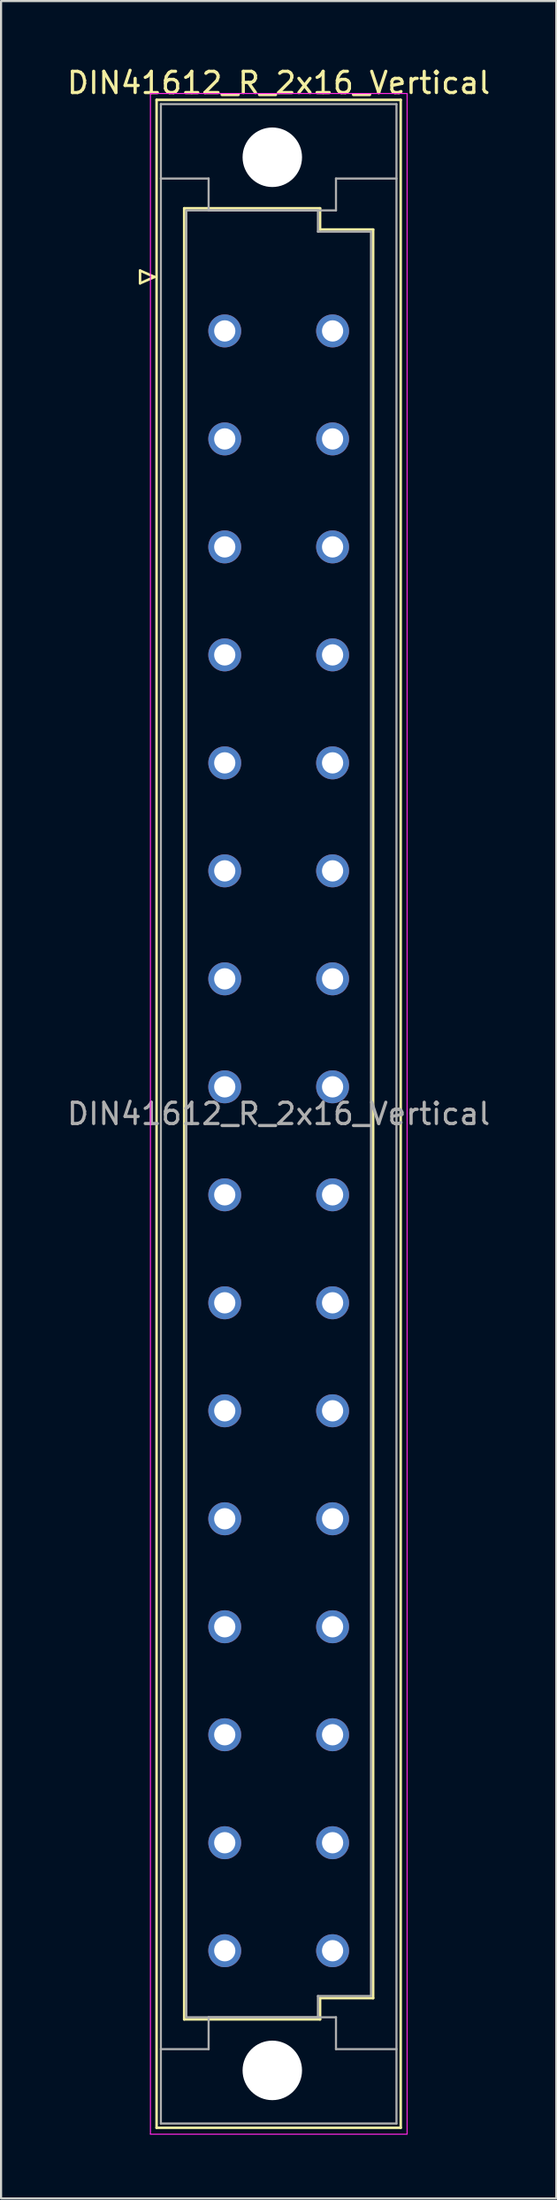
<source format=kicad_pcb>
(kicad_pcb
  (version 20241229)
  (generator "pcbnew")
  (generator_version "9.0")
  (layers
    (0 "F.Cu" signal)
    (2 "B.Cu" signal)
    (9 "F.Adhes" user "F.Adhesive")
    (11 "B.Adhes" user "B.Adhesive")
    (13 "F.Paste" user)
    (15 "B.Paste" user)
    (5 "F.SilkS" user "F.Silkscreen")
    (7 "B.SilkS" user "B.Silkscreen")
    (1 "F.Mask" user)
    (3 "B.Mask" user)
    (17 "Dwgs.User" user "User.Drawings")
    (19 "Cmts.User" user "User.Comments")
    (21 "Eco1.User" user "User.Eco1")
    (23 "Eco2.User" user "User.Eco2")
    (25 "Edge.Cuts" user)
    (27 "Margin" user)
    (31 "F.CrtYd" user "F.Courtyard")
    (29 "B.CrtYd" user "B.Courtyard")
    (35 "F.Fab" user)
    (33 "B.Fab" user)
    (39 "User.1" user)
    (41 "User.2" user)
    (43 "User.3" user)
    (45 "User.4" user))
  (footprint "DIN41612_R_2x16_Vertical"
    (layer "F.Cu")
    (at 7.537 9.978)
    (property "Reference" "DIN41612_R_2x16_Vertical" (at 2.54 -9.13 0) (layer "F.SilkS") (effects (font (size 1 1) (thickness 0.15))))
    (attr through_hole)
    (fp_line (start -3.99 -0.3) (end -3.99 0.3) (stroke (width 0.12) (type solid)) (layer "F.SilkS"))
    (fp_line (start -3.99 0.3) (end -3.31 0) (stroke (width 0.12) (type solid)) (layer "F.SilkS"))
    (fp_line (start -3.31 0) (end -3.99 -0.3) (stroke (width 0.12) (type solid)) (layer "F.SilkS"))
    (fp_line (start -3.21 -8.33) (end 8.29 -8.33) (stroke (width 0.12) (type solid)) (layer "F.SilkS"))
    (fp_line (start -3.21 87.07) (end -3.21 -8.33) (stroke (width 0.12) (type solid)) (layer "F.SilkS"))
    (fp_line (start -1.91 -3.23) (end 4.49 -3.23) (stroke (width 0.12) (type solid)) (layer "F.SilkS"))
    (fp_line (start -1.91 81.97) (end -1.91 -3.23) (stroke (width 0.12) (type solid)) (layer "F.SilkS"))
    (fp_line (start 4.49 -3.23) (end 4.49 -2.23) (stroke (width 0.12) (type solid)) (layer "F.SilkS"))
    (fp_line (start 4.49 -2.23) (end 6.99 -2.23) (stroke (width 0.12) (type solid)) (layer "F.SilkS"))
    (fp_line (start 4.49 80.97) (end 4.49 81.97) (stroke (width 0.12) (type solid)) (layer "F.SilkS"))
    (fp_line (start 4.49 81.97) (end -1.91 81.97) (stroke (width 0.12) (type solid)) (layer "F.SilkS"))
    (fp_line (start 6.99 -2.23) (end 6.99 80.97) (stroke (width 0.12) (type solid)) (layer "F.SilkS"))
    (fp_line (start 6.99 80.97) (end 4.49 80.97) (stroke (width 0.12) (type solid)) (layer "F.SilkS"))
    (fp_line (start 8.29 -8.33) (end 8.29 87.07) (stroke (width 0.12) (type solid)) (layer "F.SilkS"))
    (fp_line (start 8.29 87.07) (end -3.21 87.07) (stroke (width 0.12) (type solid)) (layer "F.SilkS"))
    (fp_line (start -3.5 -8.63) (end 8.59 -8.63) (stroke (width 0.05) (type solid)) (layer "F.CrtYd"))
    (fp_line (start -3.5 87.37) (end -3.5 -8.63) (stroke (width 0.05) (type solid)) (layer "F.CrtYd"))
    (fp_line (start 8.59 -8.63) (end 8.59 87.37) (stroke (width 0.05) (type solid)) (layer "F.CrtYd"))
    (fp_line (start 8.59 87.37) (end -3.5 87.37) (stroke (width 0.05) (type solid)) (layer "F.CrtYd"))
    (fp_line (start -3.01 -8.13) (end 8.09 -8.13) (stroke (width 0.1) (type solid)) (layer "F.Fab"))
    (fp_line (start -3.01 -4.63) (end -0.76 -4.63) (stroke (width 0.1) (type solid)) (layer "F.Fab"))
    (fp_line (start -3.01 83.37) (end -0.76 83.37) (stroke (width 0.1) (type solid)) (layer "F.Fab"))
    (fp_line (start -3.01 86.87) (end -3.01 -8.13) (stroke (width 0.1) (type solid)) (layer "F.Fab"))
    (fp_line (start -1.81 -3.13) (end 4.39 -3.13) (stroke (width 0.1) (type solid)) (layer "F.Fab"))
    (fp_line (start -1.81 81.87) (end -1.81 -3.13) (stroke (width 0.1) (type solid)) (layer "F.Fab"))
    (fp_line (start -0.76 -4.63) (end -0.76 -3.13) (stroke (width 0.1) (type solid)) (layer "F.Fab"))
    (fp_line (start -0.76 -3.13) (end 5.24 -3.13) (stroke (width 0.1) (type solid)) (layer "F.Fab"))
    (fp_line (start -0.76 81.87) (end 5.24 81.87) (stroke (width 0.1) (type solid)) (layer "F.Fab"))
    (fp_line (start -0.76 83.37) (end -0.76 81.87) (stroke (width 0.1) (type solid)) (layer "F.Fab"))
    (fp_line (start 4.39 -3.13) (end 4.39 -2.13) (stroke (width 0.1) (type solid)) (layer "F.Fab"))
    (fp_line (start 4.39 -2.13) (end 6.89 -2.13) (stroke (width 0.1) (type solid)) (layer "F.Fab"))
    (fp_line (start 4.39 80.87) (end 4.39 81.87) (stroke (width 0.1) (type solid)) (layer "F.Fab"))
    (fp_line (start 4.39 81.87) (end -1.81 81.87) (stroke (width 0.1) (type solid)) (layer "F.Fab"))
    (fp_line (start 5.24 -4.63) (end 8.09 -4.63) (stroke (width 0.1) (type solid)) (layer "F.Fab"))
    (fp_line (start 5.24 -3.13) (end 5.24 -4.63) (stroke (width 0.1) (type solid)) (layer "F.Fab"))
    (fp_line (start 5.24 81.87) (end 5.24 83.37) (stroke (width 0.1) (type solid)) (layer "F.Fab"))
    (fp_line (start 5.24 83.37) (end 8.09 83.37) (stroke (width 0.1) (type solid)) (layer "F.Fab"))
    (fp_line (start 6.89 -2.13) (end 6.89 80.87) (stroke (width 0.1) (type solid)) (layer "F.Fab"))
    (fp_line (start 6.89 80.87) (end 4.39 80.87) (stroke (width 0.1) (type solid)) (layer "F.Fab"))
    (fp_line (start 8.09 -8.13) (end 8.09 86.87) (stroke (width 0.1) (type solid)) (layer "F.Fab"))
    (fp_line (start 8.09 86.87) (end -3.01 86.87) (stroke (width 0.1) (type solid)) (layer "F.Fab"))
    (fp_text user "${REFERENCE}" (at 2.54 39.37 0) (layer "F.Fab") (effects (font (size 1 1) (thickness 0.15))))
    (pad "" np_thru_hole circle (at 2.24 -5.63) (size 2.8 2.8) (drill 2.8) (layers "*.Cu" "*.Mask"))
    (pad "" np_thru_hole circle (at 2.24 84.37) (size 2.8 2.8) (drill 2.8) (layers "*.Cu" "*.Mask"))
    (pad "a2" thru_hole circle (at 0 2.54) (size 1.55 1.55) (drill 1) (layers "*.Cu" "*.Mask"))
    (pad "a4" thru_hole circle (at 0 7.62) (size 1.55 1.55) (drill 1) (layers "*.Cu" "*.Mask"))
    (pad "a6" thru_hole circle (at 0 12.7) (size 1.55 1.55) (drill 1) (layers "*.Cu" "*.Mask"))
    (pad "a8" thru_hole circle (at 0 17.78) (size 1.55 1.55) (drill 1) (layers "*.Cu" "*.Mask"))
    (pad "a10" thru_hole circle (at 0 22.86) (size 1.55 1.55) (drill 1) (layers "*.Cu" "*.Mask"))
    (pad "a12" thru_hole circle (at 0 27.94) (size 1.55 1.55) (drill 1) (layers "*.Cu" "*.Mask"))
    (pad "a14" thru_hole circle (at 0 33.02) (size 1.55 1.55) (drill 1) (layers "*.Cu" "*.Mask"))
    (pad "a16" thru_hole circle (at 0 38.1) (size 1.55 1.55) (drill 1) (layers "*.Cu" "*.Mask"))
    (pad "a18" thru_hole circle (at 0 43.18) (size 1.55 1.55) (drill 1) (layers "*.Cu" "*.Mask"))
    (pad "a20" thru_hole circle (at 0 48.26) (size 1.55 1.55) (drill 1) (layers "*.Cu" "*.Mask"))
    (pad "a22" thru_hole circle (at 0 53.34) (size 1.55 1.55) (drill 1) (layers "*.Cu" "*.Mask"))
    (pad "a24" thru_hole circle (at 0 58.42) (size 1.55 1.55) (drill 1) (layers "*.Cu" "*.Mask"))
    (pad "a26" thru_hole circle (at 0 63.5) (size 1.55 1.55) (drill 1) (layers "*.Cu" "*.Mask"))
    (pad "a28" thru_hole circle (at 0 68.58) (size 1.55 1.55) (drill 1) (layers "*.Cu" "*.Mask"))
    (pad "a30" thru_hole circle (at 0 73.66) (size 1.55 1.55) (drill 1) (layers "*.Cu" "*.Mask"))
    (pad "a32" thru_hole circle (at 0 78.74) (size 1.55 1.55) (drill 1) (layers "*.Cu" "*.Mask"))
    (pad "c2" thru_hole circle (at 5.08 2.54) (size 1.55 1.55) (drill 1) (layers "*.Cu" "*.Mask"))
    (pad "c4" thru_hole circle (at 5.08 7.62) (size 1.55 1.55) (drill 1) (layers "*.Cu" "*.Mask"))
    (pad "c6" thru_hole circle (at 5.08 12.7) (size 1.55 1.55) (drill 1) (layers "*.Cu" "*.Mask"))
    (pad "c8" thru_hole circle (at 5.08 17.78) (size 1.55 1.55) (drill 1) (layers "*.Cu" "*.Mask"))
    (pad "c10" thru_hole circle (at 5.08 22.86) (size 1.55 1.55) (drill 1) (layers "*.Cu" "*.Mask"))
    (pad "c12" thru_hole circle (at 5.08 27.94) (size 1.55 1.55) (drill 1) (layers "*.Cu" "*.Mask"))
    (pad "c14" thru_hole circle (at 5.08 33.02) (size 1.55 1.55) (drill 1) (layers "*.Cu" "*.Mask"))
    (pad "c16" thru_hole circle (at 5.08 38.1) (size 1.55 1.55) (drill 1) (layers "*.Cu" "*.Mask"))
    (pad "c18" thru_hole circle (at 5.08 43.18) (size 1.55 1.55) (drill 1) (layers "*.Cu" "*.Mask"))
    (pad "c20" thru_hole circle (at 5.08 48.26) (size 1.55 1.55) (drill 1) (layers "*.Cu" "*.Mask"))
    (pad "c22" thru_hole circle (at 5.08 53.34) (size 1.55 1.55) (drill 1) (layers "*.Cu" "*.Mask"))
    (pad "c24" thru_hole circle (at 5.08 58.42) (size 1.55 1.55) (drill 1) (layers "*.Cu" "*.Mask"))
    (pad "c26" thru_hole circle (at 5.08 63.5) (size 1.55 1.55) (drill 1) (layers "*.Cu" "*.Mask"))
    (pad "c28" thru_hole circle (at 5.08 68.58) (size 1.55 1.55) (drill 1) (layers "*.Cu" "*.Mask"))
    (pad "c30" thru_hole circle (at 5.08 73.66) (size 1.55 1.55) (drill 1) (layers "*.Cu" "*.Mask"))
    (pad "c32" thru_hole circle (at 5.08 78.74) (size 1.55 1.55) (drill 1) (layers "*.Cu" "*.Mask")))
  (gr_rect
    (start -3 -3)
    (end 23.155 100.373)
    (stroke (width 0.1) (type default))
    (fill no)
    (layer "Edge.Cuts")))
</source>
